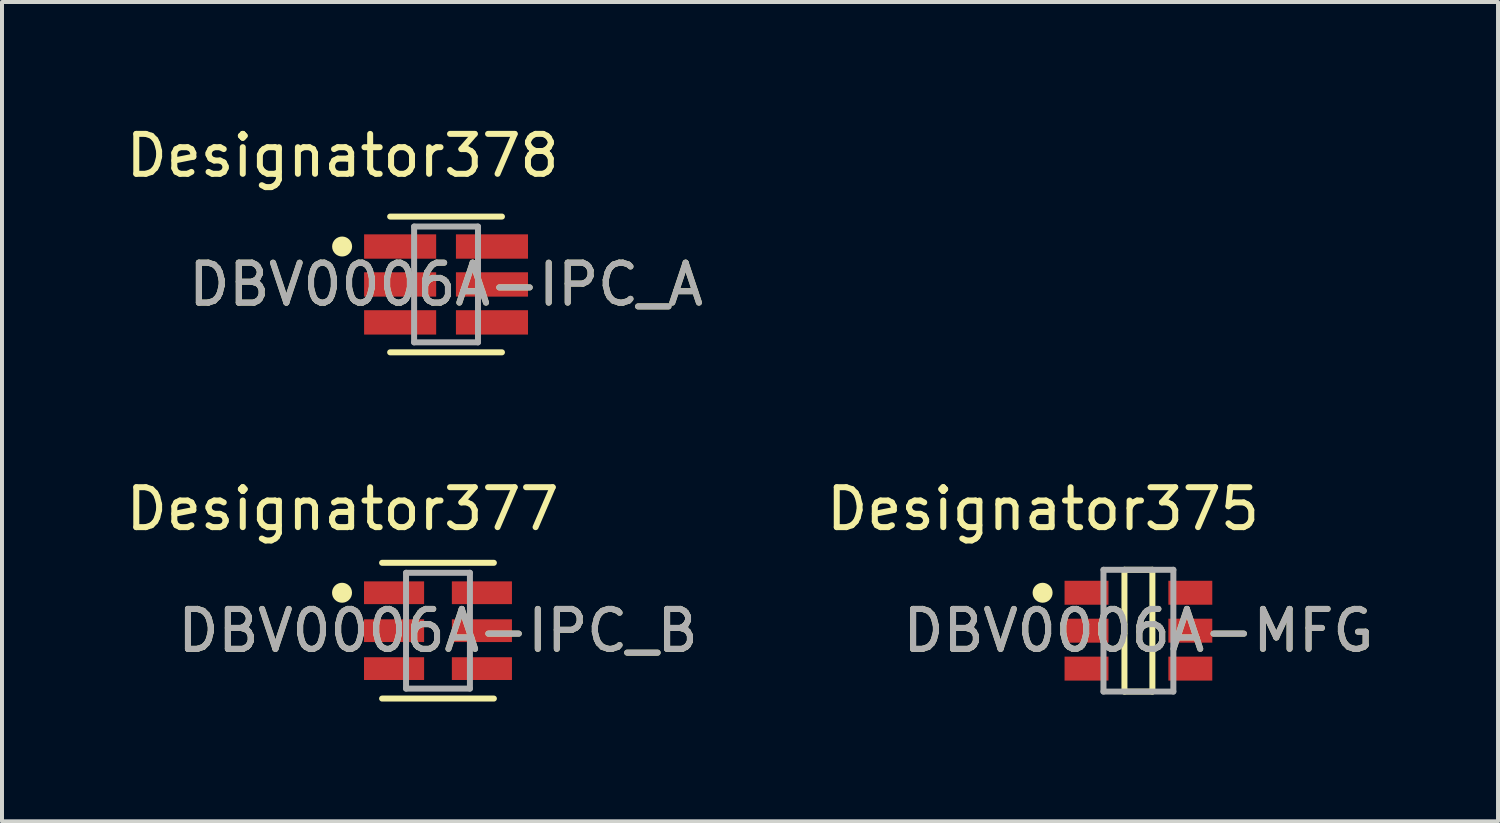
<source format=kicad_pcb>
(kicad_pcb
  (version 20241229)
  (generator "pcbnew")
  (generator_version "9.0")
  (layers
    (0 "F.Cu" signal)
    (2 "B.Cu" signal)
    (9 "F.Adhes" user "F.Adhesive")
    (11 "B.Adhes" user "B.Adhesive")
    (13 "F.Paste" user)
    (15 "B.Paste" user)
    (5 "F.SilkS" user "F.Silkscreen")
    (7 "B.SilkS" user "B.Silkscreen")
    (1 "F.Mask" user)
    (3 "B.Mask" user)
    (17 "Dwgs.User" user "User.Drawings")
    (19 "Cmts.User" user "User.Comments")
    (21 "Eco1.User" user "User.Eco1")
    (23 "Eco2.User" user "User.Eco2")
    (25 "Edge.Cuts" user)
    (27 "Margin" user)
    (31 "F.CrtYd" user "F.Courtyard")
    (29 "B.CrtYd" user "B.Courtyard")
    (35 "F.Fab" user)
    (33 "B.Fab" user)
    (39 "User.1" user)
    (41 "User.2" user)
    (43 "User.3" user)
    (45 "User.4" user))
  (footprint "DBV0006A-IPC_A"
    (layer "F.Cu")
    (at 8.121 4.074)
    (property "Reference" "DBV0006A-IPC_A" (at 0 0 0) (unlocked yes) (layer "F.SilkS") (effects (font (size 1 1) (thickness 0.15))))
    (attr smd)
    (fp_line (start -1.4 -1.7) (end 1.4 -1.7) (stroke (width 0.15) (type solid)) (layer "F.SilkS"))
    (fp_line (start -1.4 1.7) (end 1.4 1.7) (stroke (width 0.15) (type solid)) (layer "F.SilkS"))
    (fp_circle (center -2.603 -0.95) (end -2.478 -0.95) (stroke (width 0.25) (type solid)) (fill no) (layer "F.SilkS"))
    (fp_line (start -0.8 -1.45) (end 0.8 -1.45) (stroke (width 0.15) (type solid)) (layer "F.Fab"))
    (fp_line (start -0.8 1.45) (end -0.8 -1.45) (stroke (width 0.15) (type solid)) (layer "F.Fab"))
    (fp_line (start -0.8 1.45) (end 0.8 1.45) (stroke (width 0.15) (type solid)) (layer "F.Fab"))
    (fp_line (start 0.8 1.45) (end 0.8 -1.45) (stroke (width 0.15) (type solid)) (layer "F.Fab"))
    (fp_text user "Designator378" (at -2.591 -3.226 0) (unlocked yes) (layer "F.SilkS") (effects (font (size 1 1) (thickness 0.15))))
    (fp_text user "${REFERENCE}" (at 0 0 0) (unlocked yes) (layer "F.Fab") (effects (font (size 1 1) (thickness 0.15))))
    (pad "1" smd rect (at -1.15 -0.95) (size 1.805 0.61) (layers "F.Cu" "F.Mask" "F.Paste"))
    (pad "2" smd rect (at -1.15 0) (size 1.805 0.61) (layers "F.Cu" "F.Mask" "F.Paste"))
    (pad "3" smd rect (at -1.15 0.95) (size 1.805 0.61) (layers "F.Cu" "F.Mask" "F.Paste"))
    (pad "4" smd rect (at 1.15 0.95) (size 1.805 0.61) (layers "F.Cu" "F.Mask" "F.Paste"))
    (pad "5" smd rect (at 1.15 0) (size 1.805 0.61) (layers "F.Cu" "F.Mask" "F.Paste"))
    (pad "6" smd rect (at 1.15 -0.95) (size 1.805 0.61) (layers "F.Cu" "F.Mask" "F.Paste")))
  (footprint "DBV0006A-IPC_B"
    (layer "F.Cu")
    (at 7.919 12.745)
    (property "Reference" "DBV0006A-IPC_B" (at 0 0 0) (unlocked yes) (layer "F.SilkS") (effects (font (size 1 1) (thickness 0.15))))
    (attr smd)
    (fp_line (start -1.4 -1.7) (end 1.4 -1.7) (stroke (width 0.15) (type solid)) (layer "F.SilkS"))
    (fp_line (start -1.4 1.7) (end 1.4 1.7) (stroke (width 0.15) (type solid)) (layer "F.SilkS"))
    (fp_circle (center -2.403 -0.95) (end -2.278 -0.95) (stroke (width 0.25) (type solid)) (fill no) (layer "F.SilkS"))
    (fp_line (start -0.8 -1.45) (end 0.8 -1.45) (stroke (width 0.15) (type solid)) (layer "F.Fab"))
    (fp_line (start -0.8 1.45) (end -0.8 -1.45) (stroke (width 0.15) (type solid)) (layer "F.Fab"))
    (fp_line (start -0.8 1.45) (end 0.8 1.45) (stroke (width 0.15) (type solid)) (layer "F.Fab"))
    (fp_line (start 0.8 1.45) (end 0.8 -1.45) (stroke (width 0.15) (type solid)) (layer "F.Fab"))
    (fp_text user "Designator377" (at -2.389 -3.048 0) (unlocked yes) (layer "F.SilkS") (effects (font (size 1 1) (thickness 0.15))))
    (fp_text user "${REFERENCE}" (at 0 0 0) (unlocked yes) (layer "F.Fab") (effects (font (size 1 1) (thickness 0.15))))
    (pad "1" smd rect (at -1.1 -0.95) (size 1.505 0.57) (layers "F.Cu" "F.Mask" "F.Paste"))
    (pad "2" smd rect (at -1.1 0) (size 1.505 0.57) (layers "F.Cu" "F.Mask" "F.Paste"))
    (pad "3" smd rect (at -1.1 0.95) (size 1.505 0.57) (layers "F.Cu" "F.Mask" "F.Paste"))
    (pad "4" smd rect (at 1.1 0.95) (size 1.505 0.57) (layers "F.Cu" "F.Mask" "F.Paste"))
    (pad "5" smd rect (at 1.1 0) (size 1.505 0.57) (layers "F.Cu" "F.Mask" "F.Paste"))
    (pad "6" smd rect (at 1.1 -0.95) (size 1.505 0.57) (layers "F.Cu" "F.Mask" "F.Paste")))
  (footprint "DBV0006A-MFG"
    (layer "F.Cu")
    (at 25.461 12.745)
    (property "Reference" "DBV0006A-MFG" (at 0 0 0) (unlocked yes) (layer "F.SilkS") (effects (font (size 1 1) (thickness 0.15))))
    (attr smd)
    (fp_line (start -0.35 -1.525) (end 0.35 -1.525) (stroke (width 0.15) (type solid)) (layer "F.SilkS"))
    (fp_line (start -0.35 1.525) (end -0.35 -1.525) (stroke (width 0.15) (type solid)) (layer "F.SilkS"))
    (fp_line (start -0.35 1.525) (end 0.35 1.525) (stroke (width 0.15) (type solid)) (layer "F.SilkS"))
    (fp_line (start 0.35 1.525) (end 0.35 -1.525) (stroke (width 0.15) (type solid)) (layer "F.SilkS"))
    (fp_circle (center -2.4 -0.95) (end -2.275 -0.95) (stroke (width 0.25) (type solid)) (fill no) (layer "F.SilkS"))
    (fp_line (start -0.875 -1.525) (end 0.875 -1.525) (stroke (width 0.15) (type solid)) (layer "F.Fab"))
    (fp_line (start -0.875 1.525) (end -0.875 -1.525) (stroke (width 0.15) (type solid)) (layer "F.Fab"))
    (fp_line (start -0.875 1.525) (end 0.875 1.525) (stroke (width 0.15) (type solid)) (layer "F.Fab"))
    (fp_line (start 0.875 1.525) (end 0.875 -1.525) (stroke (width 0.15) (type solid)) (layer "F.Fab"))
    (fp_text user "Designator375" (at -2.388 -3.048 0) (unlocked yes) (layer "F.SilkS") (effects (font (size 1 1) (thickness 0.15))))
    (fp_text user "${REFERENCE}" (at 0 0 0) (unlocked yes) (layer "F.Fab") (effects (font (size 1 1) (thickness 0.15))))
    (pad "1" smd rect (at -1.3 -0.95) (size 1.1 0.6) (layers "F.Cu" "F.Mask" "F.Paste"))
    (pad "2" smd rect (at -1.3 0) (size 1.1 0.6) (layers "F.Cu" "F.Mask" "F.Paste"))
    (pad "3" smd rect (at -1.3 0.95) (size 1.1 0.6) (layers "F.Cu" "F.Mask" "F.Paste"))
    (pad "4" smd rect (at 1.3 0.95) (size 1.1 0.6) (layers "F.Cu" "F.Mask" "F.Paste"))
    (pad "5" smd rect (at 1.3 0) (size 1.1 0.6) (layers "F.Cu" "F.Mask" "F.Paste"))
    (pad "6" smd rect (at 1.3 -0.95) (size 1.1 0.6) (layers "F.Cu" "F.Mask" "F.Paste")))
  (gr_rect
    (start -3 -3)
    (end 34.467 17.52)
    (stroke (width 0.1) (type default))
    (fill no)
    (layer "Edge.Cuts")))
</source>
